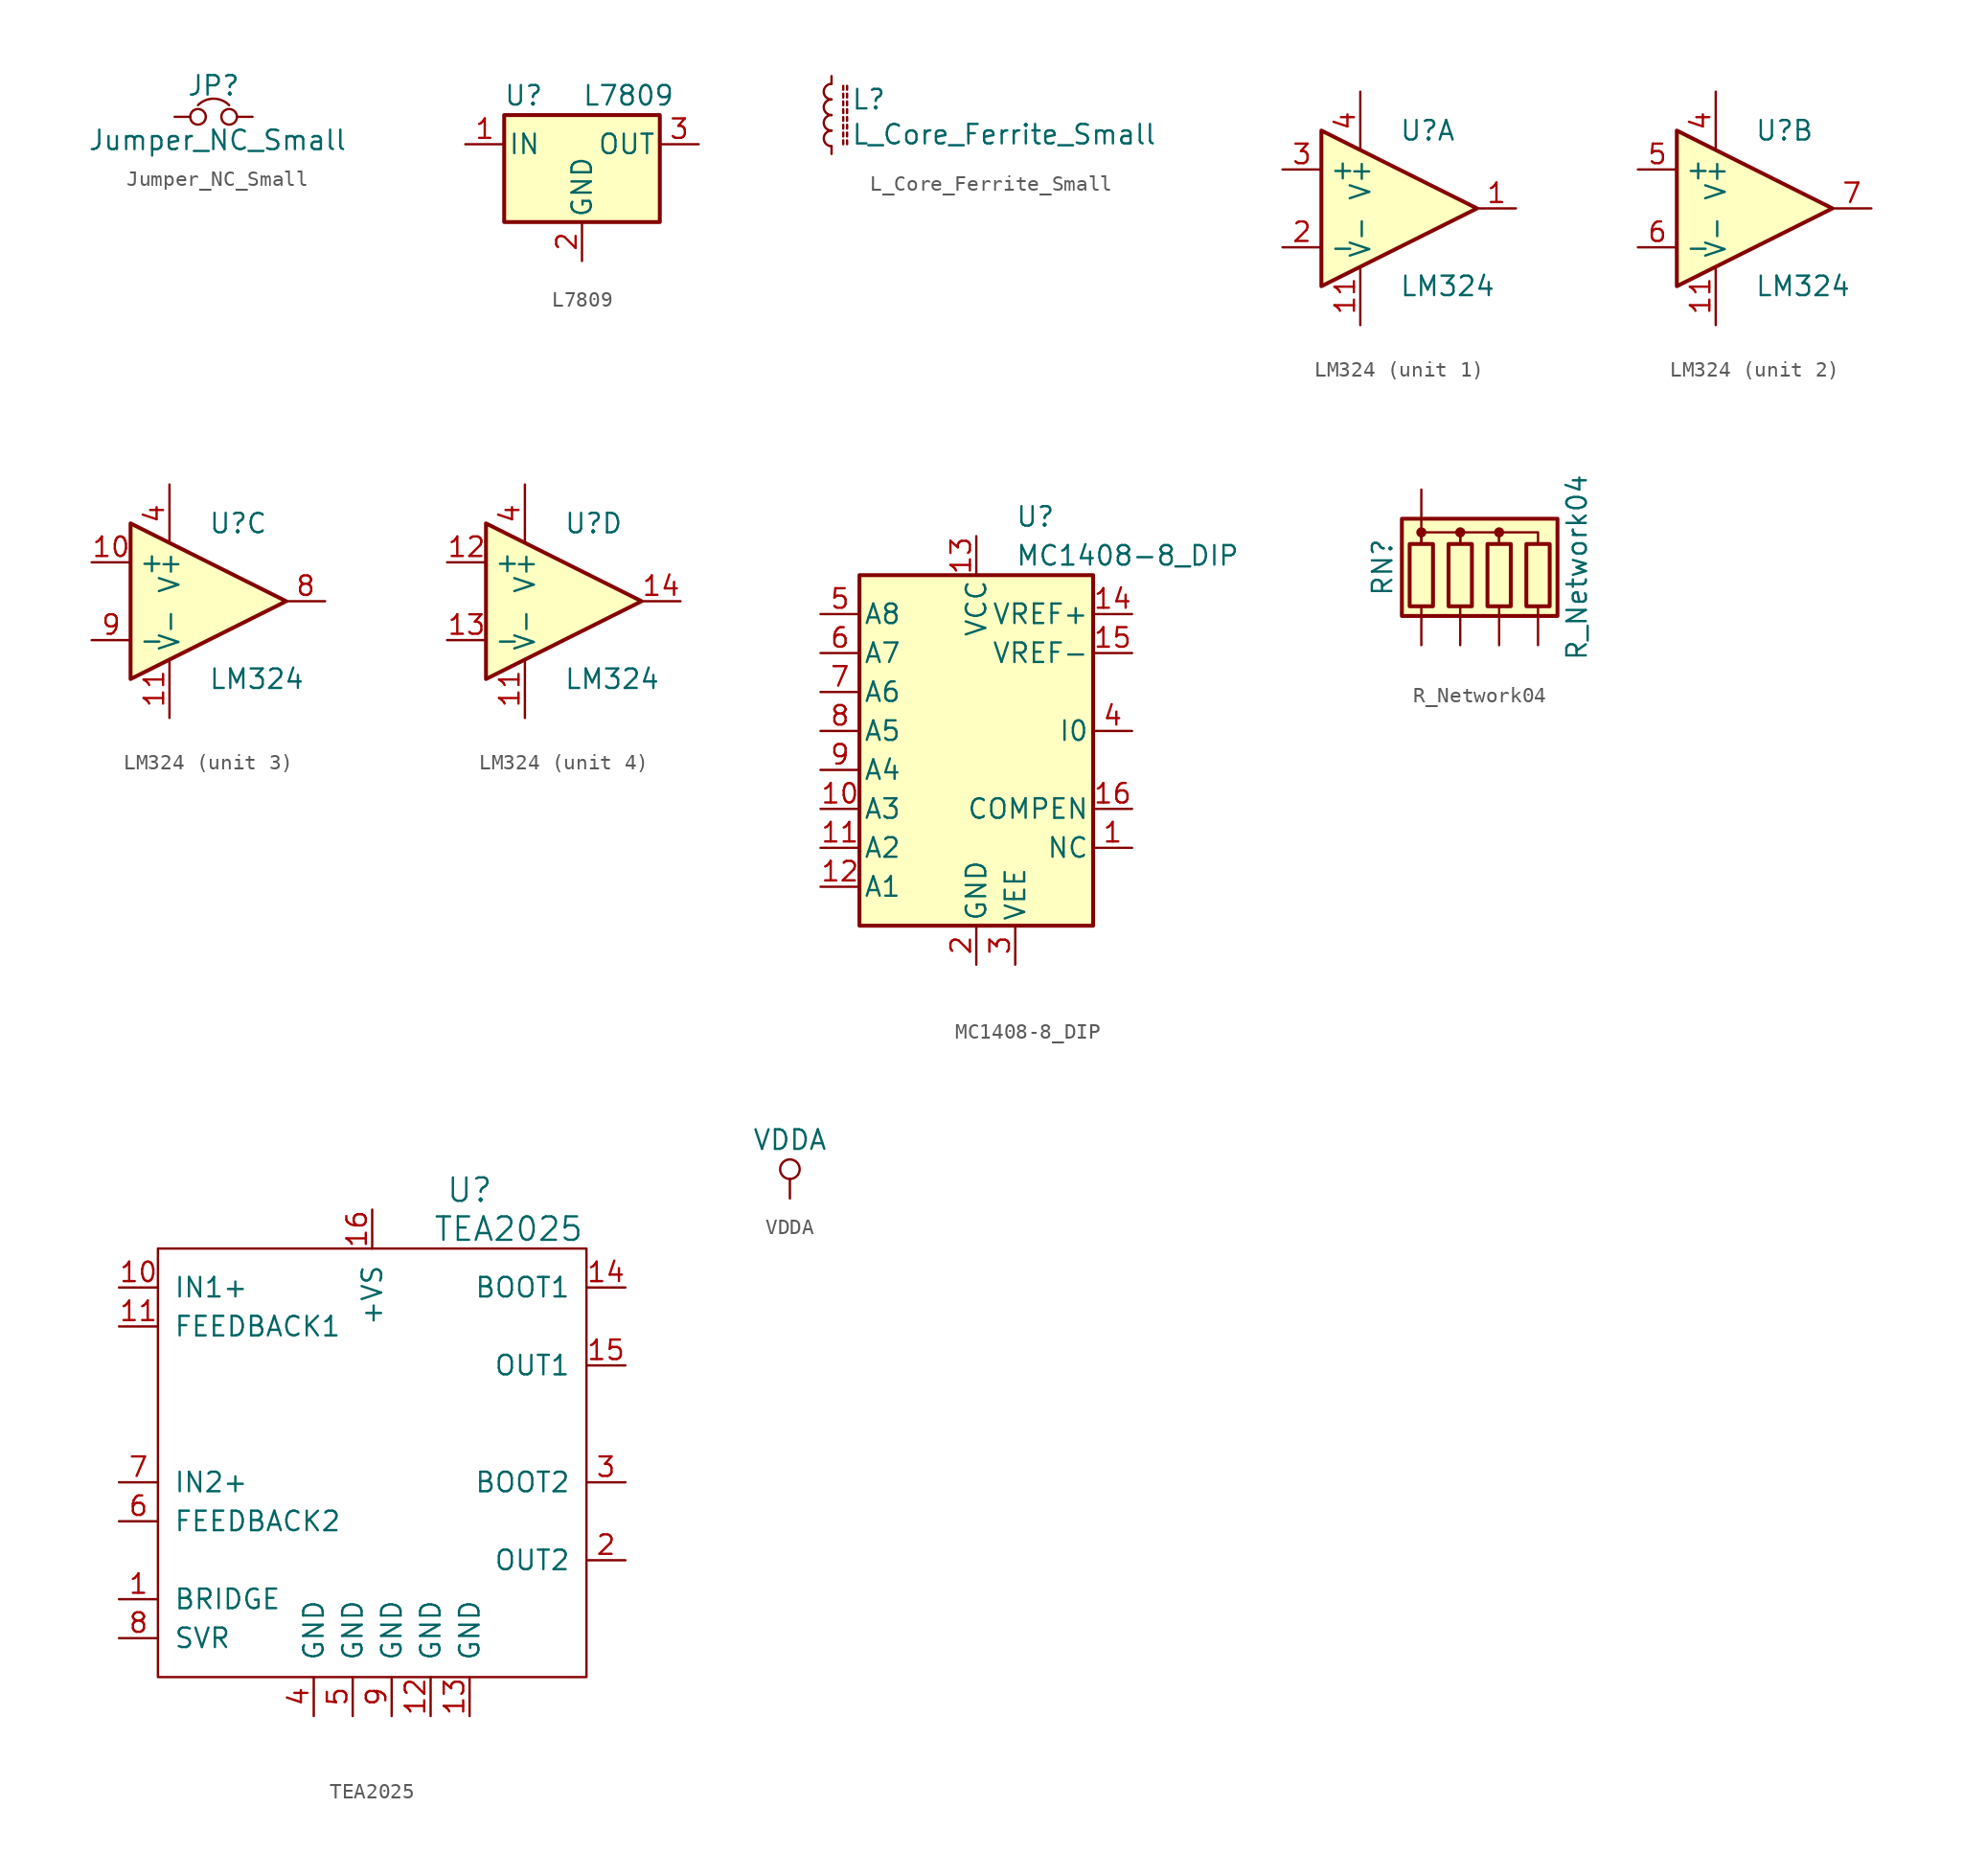
<source format=kicad_sym>
(kicad_symbol_lib
  (version 20220914)
  (generator kicad_symbol_editor)
  (symbol "Jumper_NC_Small"
    (pin_numbers hide)
    (pin_names
      (offset 0.762) hide)
    (property "Reference" "JP"
      (at 0 2.032 0)
      (effects (font (size 1.27 1.27))))
    (property "Value" "Jumper_NC_Small"
      (at 0.254 -1.524 0)
      (effects (font (size 1.27 1.27))))
    (symbol "Jumper_NC_Small_0_1"
      (circle (center -1.016 0) (radius 0.508) (stroke (width 0) (type solid)) (fill (type none)))
      (circle (center 1.016 0) (radius 0.508) (stroke (width 0) (type solid)) (fill (type none)))
      (arc (start 1.016 0.762) (mid 0 1.1828) (end -1.016 0.762) (stroke (width 0) (type solid)) (fill (type none)))
      (pin passive line (at -2.54 0 0) (length 1.016) (name "1" (effects (font (size 1.27 1.27)))) (number "1" (effects (font (size 1.27 1.27)))))
      (pin passive line (at 2.54 0 180) (length 1.016) (name "2" (effects (font (size 1.27 1.27)))) (number "2" (effects (font (size 1.27 1.27)))))))
  (symbol "L7809"
    (pin_names
      (offset 0.254))
    (property "Reference" "U"
      (at -3.81 3.175 0)
      (effects (font (size 1.27 1.27))))
    (property "Value" "L7809"
      (at 0 3.175 0)
      (effects (font (size 1.27 1.27)) (justify left)))
    (symbol "L7809_0_1"
      (rectangle (start -5.08 1.905) (end 5.08 -5.08) (stroke (width 0.254) (type solid)) (fill (type background))))
    (symbol "L7809_1_1"
      (pin power_in line (at -7.62 0 0) (length 2.54) (name "IN" (effects (font (size 1.27 1.27)))) (number "1" (effects (font (size 1.27 1.27)))))
      (pin power_in line (at 0 -7.62 90) (length 2.54) (name "GND" (effects (font (size 1.27 1.27)))) (number "2" (effects (font (size 1.27 1.27)))))
      (pin power_out line (at 7.62 0 180) (length 2.54) (name "OUT" (effects (font (size 1.27 1.27)))) (number "3" (effects (font (size 1.27 1.27)))))))
  (symbol "L_Core_Ferrite_Small"
    (pin_numbers hide)
    (pin_names
      (offset 0.254) hide)
    (property "Reference" "L"
      (at 1.27 1.016 0)
      (effects (font (size 1.27 1.27)) (justify left)))
    (property "Value" "L_Core_Ferrite_Small"
      (at 1.27 -1.27 0)
      (effects (font (size 1.27 1.27)) (justify left)))
    (symbol "L_Core_Ferrite_Small_0_1"
      (arc (start 0 -1.016) (mid -0.508 -1.524) (end 0 -2.032) (stroke (width 0) (type solid)) (fill (type none)))
      (arc (start 0 0) (mid -0.508 -0.508) (end 0 -1.016) (stroke (width 0) (type solid)) (fill (type none)))
      (polyline (pts (xy 0.762 -1.905) (xy 0.762 -1.651)) (stroke (width 0) (type solid)) (fill (type none)))
      (polyline (pts (xy 0.762 -1.397) (xy 0.762 -1.143)) (stroke (width 0) (type solid)) (fill (type none)))
      (polyline (pts (xy 0.762 -0.889) (xy 0.762 -0.635)) (stroke (width 0) (type solid)) (fill (type none)))
      (polyline (pts (xy 0.762 -0.381) (xy 0.762 -0.127)) (stroke (width 0) (type solid)) (fill (type none)))
      (polyline (pts (xy 0.762 0.127) (xy 0.762 0.381)) (stroke (width 0) (type solid)) (fill (type none)))
      (polyline (pts (xy 0.762 0.635) (xy 0.762 0.889)) (stroke (width 0) (type solid)) (fill (type none)))
      (polyline (pts (xy 0.762 1.143) (xy 0.762 1.397)) (stroke (width 0) (type solid)) (fill (type none)))
      (polyline (pts (xy 0.762 1.651) (xy 0.762 1.905)) (stroke (width 0) (type solid)) (fill (type none)))
      (polyline (pts (xy 1.016 -1.651) (xy 1.016 -1.905)) (stroke (width 0) (type solid)) (fill (type none)))
      (polyline (pts (xy 1.016 -1.143) (xy 1.016 -1.397)) (stroke (width 0) (type solid)) (fill (type none)))
      (polyline (pts (xy 1.016 -0.635) (xy 1.016 -0.889)) (stroke (width 0) (type solid)) (fill (type none)))
      (polyline (pts (xy 1.016 -0.127) (xy 1.016 -0.381)) (stroke (width 0) (type solid)) (fill (type none)))
      (polyline (pts (xy 1.016 0.381) (xy 1.016 0.127)) (stroke (width 0) (type solid)) (fill (type none)))
      (polyline (pts (xy 1.016 0.889) (xy 1.016 0.635)) (stroke (width 0) (type solid)) (fill (type none)))
      (polyline (pts (xy 1.016 1.397) (xy 1.016 1.143)) (stroke (width 0) (type solid)) (fill (type none)))
      (polyline (pts (xy 1.016 1.905) (xy 1.016 1.651)) (stroke (width 0) (type solid)) (fill (type none)))
      (arc (start 0 1.016) (mid -0.508 0.508) (end 0 0) (stroke (width 0) (type solid)) (fill (type none)))
      (arc (start 0 2.032) (mid -0.508 1.524) (end 0 1.016) (stroke (width 0) (type solid)) (fill (type none))))
    (symbol "L_Core_Ferrite_Small_1_1"
      (pin passive line (at 0 2.54 270) (length 0.508) (name "~" (effects (font (size 1.27 1.27)))) (number "1" (effects (font (size 1.27 1.27)))))
      (pin passive line (at 0 -2.54 90) (length 0.508) (name "~" (effects (font (size 1.27 1.27)))) (number "2" (effects (font (size 1.27 1.27)))))))
  (symbol "LM324"
    (property "Reference" "U"
      (at 0 5.08 0)
      (effects (font (size 1.27 1.27)) (justify left)))
    (property "Value" "LM324"
      (at 0 -5.08 0)
      (effects (font (size 1.27 1.27)) (justify left)))
    (symbol "LM324_0_1"
      (polyline (pts (xy -5.08 5.08) (xy 5.08 0) (xy -5.08 -5.08) (xy -5.08 5.08)) (stroke (width 0.254) (type solid)) (fill (type background)))
      (pin power_in line (at -2.54 -7.62 90) (length 3.81) (name "V-" (effects (font (size 1.27 1.27)))) (number "11" (effects (font (size 1.27 1.27)))))
      (pin power_in line (at -2.54 7.62 270) (length 3.81) (name "V+" (effects (font (size 1.27 1.27)))) (number "4" (effects (font (size 1.27 1.27))))))
    (symbol "LM324_1_1"
      (pin output line (at 7.62 0 180) (length 2.54) (name "~" (effects (font (size 1.27 1.27)))) (number "1" (effects (font (size 1.27 1.27)))))
      (pin input line (at -7.62 -2.54 0) (length 2.54) (name "-" (effects (font (size 1.27 1.27)))) (number "2" (effects (font (size 1.27 1.27)))))
      (pin input line (at -7.62 2.54 0) (length 2.54) (name "+" (effects (font (size 1.27 1.27)))) (number "3" (effects (font (size 1.27 1.27))))))
    (symbol "LM324_2_1"
      (pin input line (at -7.62 2.54 0) (length 2.54) (name "+" (effects (font (size 1.27 1.27)))) (number "5" (effects (font (size 1.27 1.27)))))
      (pin input line (at -7.62 -2.54 0) (length 2.54) (name "-" (effects (font (size 1.27 1.27)))) (number "6" (effects (font (size 1.27 1.27)))))
      (pin output line (at 7.62 0 180) (length 2.54) (name "~" (effects (font (size 1.27 1.27)))) (number "7" (effects (font (size 1.27 1.27))))))
    (symbol "LM324_3_1"
      (pin input line (at -7.62 2.54 0) (length 2.54) (name "+" (effects (font (size 1.27 1.27)))) (number "10" (effects (font (size 1.27 1.27)))))
      (pin output line (at 7.62 0 180) (length 2.54) (name "~" (effects (font (size 1.27 1.27)))) (number "8" (effects (font (size 1.27 1.27)))))
      (pin input line (at -7.62 -2.54 0) (length 2.54) (name "-" (effects (font (size 1.27 1.27)))) (number "9" (effects (font (size 1.27 1.27))))))
    (symbol "LM324_4_1"
      (pin input line (at -7.62 2.54 0) (length 2.54) (name "+" (effects (font (size 1.27 1.27)))) (number "12" (effects (font (size 1.27 1.27)))))
      (pin input line (at -7.62 -2.54 0) (length 2.54) (name "-" (effects (font (size 1.27 1.27)))) (number "13" (effects (font (size 1.27 1.27)))))
      (pin output line (at 7.62 0 180) (length 2.54) (name "~" (effects (font (size 1.27 1.27)))) (number "14" (effects (font (size 1.27 1.27)))))))
  (symbol "MC1408-8_DIP"
    (pin_names
      (offset 0.254))
    (property "Reference" "U"
      (at 2.54 16.51 0)
      (effects (font (size 1.27 1.27)) (justify left)))
    (property "Value" "MC1408-8_DIP"
      (at 2.54 13.97 0)
      (effects (font (size 1.27 1.27)) (justify left)))
    (symbol "MC1408-8_DIP_0_0"
      (rectangle (start -7.62 -10.16) (end 7.62 12.7) (stroke (width 0.254) (type solid)) (fill (type background))))
    (symbol "MC1408-8_DIP_1_1"
      (pin passive line (at 10.16 -5.08 180) (length 2.54) (name "NC" (effects (font (size 1.27 1.27)))) (number "1" (effects (font (size 1.27 1.27)))))
      (pin input line (at -10.16 -2.54 0) (length 2.54) (name "A3" (effects (font (size 1.27 1.27)))) (number "10" (effects (font (size 1.27 1.27)))))
      (pin input line (at -10.16 -5.08 0) (length 2.54) (name "A2" (effects (font (size 1.27 1.27)))) (number "11" (effects (font (size 1.27 1.27)))))
      (pin input line (at -10.16 -7.62 0) (length 2.54) (name "A1" (effects (font (size 1.27 1.27)))) (number "12" (effects (font (size 1.27 1.27)))))
      (pin power_in line (at 0 15.24 270) (length 2.54) (name "VCC" (effects (font (size 1.27 1.27)))) (number "13" (effects (font (size 1.27 1.27)))))
      (pin output line (at 10.16 10.16 180) (length 2.54) (name "VREF+" (effects (font (size 1.27 1.27)))) (number "14" (effects (font (size 1.27 1.27)))))
      (pin output line (at 10.16 7.62 180) (length 2.54) (name "VREF-" (effects (font (size 1.27 1.27)))) (number "15" (effects (font (size 1.27 1.27)))))
      (pin passive line (at 10.16 -2.54 180) (length 2.54) (name "COMPEN" (effects (font (size 1.27 1.27)))) (number "16" (effects (font (size 1.27 1.27)))))
      (pin power_in line (at 0 -12.7 90) (length 2.54) (name "GND" (effects (font (size 1.27 1.27)))) (number "2" (effects (font (size 1.27 1.27)))))
      (pin power_in line (at 2.54 -12.7 90) (length 2.54) (name "VEE" (effects (font (size 1.27 1.27)))) (number "3" (effects (font (size 1.27 1.27)))))
      (pin input line (at 10.16 2.54 180) (length 2.54) (name "I0" (effects (font (size 1.27 1.27)))) (number "4" (effects (font (size 1.27 1.27)))))
      (pin input line (at -10.16 10.16 0) (length 2.54) (name "A8" (effects (font (size 1.27 1.27)))) (number "5" (effects (font (size 1.27 1.27)))))
      (pin input line (at -10.16 7.62 0) (length 2.54) (name "A7" (effects (font (size 1.27 1.27)))) (number "6" (effects (font (size 1.27 1.27)))))
      (pin input line (at -10.16 5.08 0) (length 2.54) (name "A6" (effects (font (size 1.27 1.27)))) (number "7" (effects (font (size 1.27 1.27)))))
      (pin input line (at -10.16 2.54 0) (length 2.54) (name "A5" (effects (font (size 1.27 1.27)))) (number "8" (effects (font (size 1.27 1.27)))))
      (pin input line (at -10.16 0 0) (length 2.54) (name "A4" (effects (font (size 1.27 1.27)))) (number "9" (effects (font (size 1.27 1.27)))))))
  (symbol "R_Network04"
    (pin_numbers hide)
    (pin_names
      (offset 0) hide)
    (property "Reference" "RN"
      (at -7.62 0 90)
      (effects (font (size 1.27 1.27))))
    (property "Value" "R_Network04"
      (at 5.08 0 90)
      (effects (font (size 1.27 1.27))))
    (symbol "R_Network04_0_1"
      (rectangle (start -6.35 -3.175) (end 3.81 3.175) (stroke (width 0.254) (type solid)) (fill (type background)))
      (rectangle (start -5.842 1.524) (end -4.318 -2.54) (stroke (width 0.254) (type solid)) (fill (type none)))
      (circle (center -5.08 2.286) (radius 0.254) (stroke (width 0) (type solid)) (fill (type outline)))
      (rectangle (start -3.302 1.524) (end -1.778 -2.54) (stroke (width 0.254) (type solid)) (fill (type none)))
      (circle (center -2.54 2.286) (radius 0.254) (stroke (width 0) (type solid)) (fill (type outline)))
      (rectangle (start -0.762 1.524) (end 0.762 -2.54) (stroke (width 0.254) (type solid)) (fill (type none)))
      (polyline (pts (xy -5.08 2.54) (xy -5.08 1.524)) (stroke (width 0) (type solid)) (fill (type none)))
      (polyline (pts (xy -5.08 1.524) (xy -5.08 2.286) (xy -2.54 2.286) (xy -2.54 1.524)) (stroke (width 0) (type solid)) (fill (type none)))
      (polyline (pts (xy -2.54 1.524) (xy -2.54 2.286) (xy 0 2.286) (xy 0 1.524)) (stroke (width 0) (type solid)) (fill (type none)))
      (polyline (pts (xy 0 1.524) (xy 0 2.286) (xy 2.54 2.286) (xy 2.54 1.524)) (stroke (width 0) (type solid)) (fill (type none)))
      (circle (center 0 2.286) (radius 0.254) (stroke (width 0) (type solid)) (fill (type outline)))
      (rectangle (start 1.778 1.524) (end 3.302 -2.54) (stroke (width 0.254) (type solid)) (fill (type none))))
    (symbol "R_Network04_1_1"
      (pin passive line (at -5.08 5.08 270) (length 2.54) (name "common" (effects (font (size 1.27 1.27)))) (number "1" (effects (font (size 1.27 1.27)))))
      (pin passive line (at -5.08 -5.08 90) (length 2.54) (name "R1" (effects (font (size 1.27 1.27)))) (number "2" (effects (font (size 1.27 1.27)))))
      (pin passive line (at -2.54 -5.08 90) (length 2.54) (name "R2" (effects (font (size 1.27 1.27)))) (number "3" (effects (font (size 1.27 1.27)))))
      (pin passive line (at 0 -5.08 90) (length 2.54) (name "R3" (effects (font (size 1.27 1.27)))) (number "4" (effects (font (size 1.27 1.27)))))
      (pin passive line (at 2.54 -5.08 90) (length 2.54) (name "R4" (effects (font (size 1.27 1.27)))) (number "5" (effects (font (size 1.27 1.27)))))))
  (symbol "TEA2025"
    (pin_names
      (offset 1.016))
    (property "Reference" "U"
      (at 6.35 16.51 0)
      (effects (font (size 1.524 1.524))))
    (property "Value" "TEA2025"
      (at 8.89 13.97 0)
      (effects (font (size 1.524 1.524))))
    (symbol "TEA2025_0_1"
      (rectangle (start -13.97 12.7) (end 13.97 -15.24) (stroke (width 0) (type solid)) (fill (type none))))
    (symbol "TEA2025_1_1"
      (pin passive line (at -16.51 -10.16 0) (length 2.54) (name "BRIDGE" (effects (font (size 1.27 1.27)))) (number "1" (effects (font (size 1.27 1.27)))))
      (pin passive line (at -16.51 10.16 0) (length 2.54) (name "IN1+" (effects (font (size 1.27 1.27)))) (number "10" (effects (font (size 1.27 1.27)))))
      (pin passive line (at -16.51 7.62 0) (length 2.54) (name "FEEDBACK1" (effects (font (size 1.27 1.27)))) (number "11" (effects (font (size 1.27 1.27)))))
      (pin power_in line (at 3.81 -17.78 90) (length 2.54) (name "GND" (effects (font (size 1.27 1.27)))) (number "12" (effects (font (size 1.27 1.27)))))
      (pin power_in line (at 6.35 -17.78 90) (length 2.54) (name "GND" (effects (font (size 1.27 1.27)))) (number "13" (effects (font (size 1.27 1.27)))))
      (pin passive line (at 16.51 10.16 180) (length 2.54) (name "BOOT1" (effects (font (size 1.27 1.27)))) (number "14" (effects (font (size 1.27 1.27)))))
      (pin output line (at 16.51 5.08 180) (length 2.54) (name "OUT1" (effects (font (size 1.27 1.27)))) (number "15" (effects (font (size 1.27 1.27)))))
      (pin power_in line (at 0 15.24 270) (length 2.54) (name "+VS" (effects (font (size 1.27 1.27)))) (number "16" (effects (font (size 1.27 1.27)))))
      (pin output line (at 16.51 -7.62 180) (length 2.54) (name "OUT2" (effects (font (size 1.27 1.27)))) (number "2" (effects (font (size 1.27 1.27)))))
      (pin passive line (at 16.51 -2.54 180) (length 2.54) (name "BOOT2" (effects (font (size 1.27 1.27)))) (number "3" (effects (font (size 1.27 1.27)))))
      (pin power_in line (at -3.81 -17.78 90) (length 2.54) (name "GND" (effects (font (size 1.27 1.27)))) (number "4" (effects (font (size 1.27 1.27)))))
      (pin power_in line (at -1.27 -17.78 90) (length 2.54) (name "GND" (effects (font (size 1.27 1.27)))) (number "5" (effects (font (size 1.27 1.27)))))
      (pin passive line (at -16.51 -5.08 0) (length 2.54) (name "FEEDBACK2" (effects (font (size 1.27 1.27)))) (number "6" (effects (font (size 1.27 1.27)))))
      (pin passive line (at -16.51 -2.54 0) (length 2.54) (name "IN2+" (effects (font (size 1.27 1.27)))) (number "7" (effects (font (size 1.27 1.27)))))
      (pin passive line (at -16.51 -12.7 0) (length 2.54) (name "SVR" (effects (font (size 1.27 1.27)))) (number "8" (effects (font (size 1.27 1.27)))))
      (pin power_in line (at 1.27 -17.78 90) (length 2.54) (name "GND" (effects (font (size 1.27 1.27)))) (number "9" (effects (font (size 1.27 1.27)))))))
  (symbol "VDDA"
    (power)
    (pin_names
      (offset 0))
    (property "Reference" "#PWR"
      (at 0 -3.81 0)
      (effects (font (size 1.27 1.27)) hide))
    (property "Value" "VDDA"
      (at 0 3.81 0)
      (effects (font (size 1.27 1.27))))
    (symbol "VDDA_0_1"
      (polyline (pts (xy 0 0) (xy 0 1.27)) (stroke (width 0) (type solid)) (fill (type none)))
      (circle (center 0 1.905) (radius 0.635) (stroke (width 0) (type solid)) (fill (type none))))
    (symbol "VDDA_1_1"
      (pin power_in line (at 0 0 90) (length 0) hide (name "VDDA" (effects (font (size 1.27 1.27)))) (number "1" (effects (font (size 1.27 1.27))))))))
</source>
